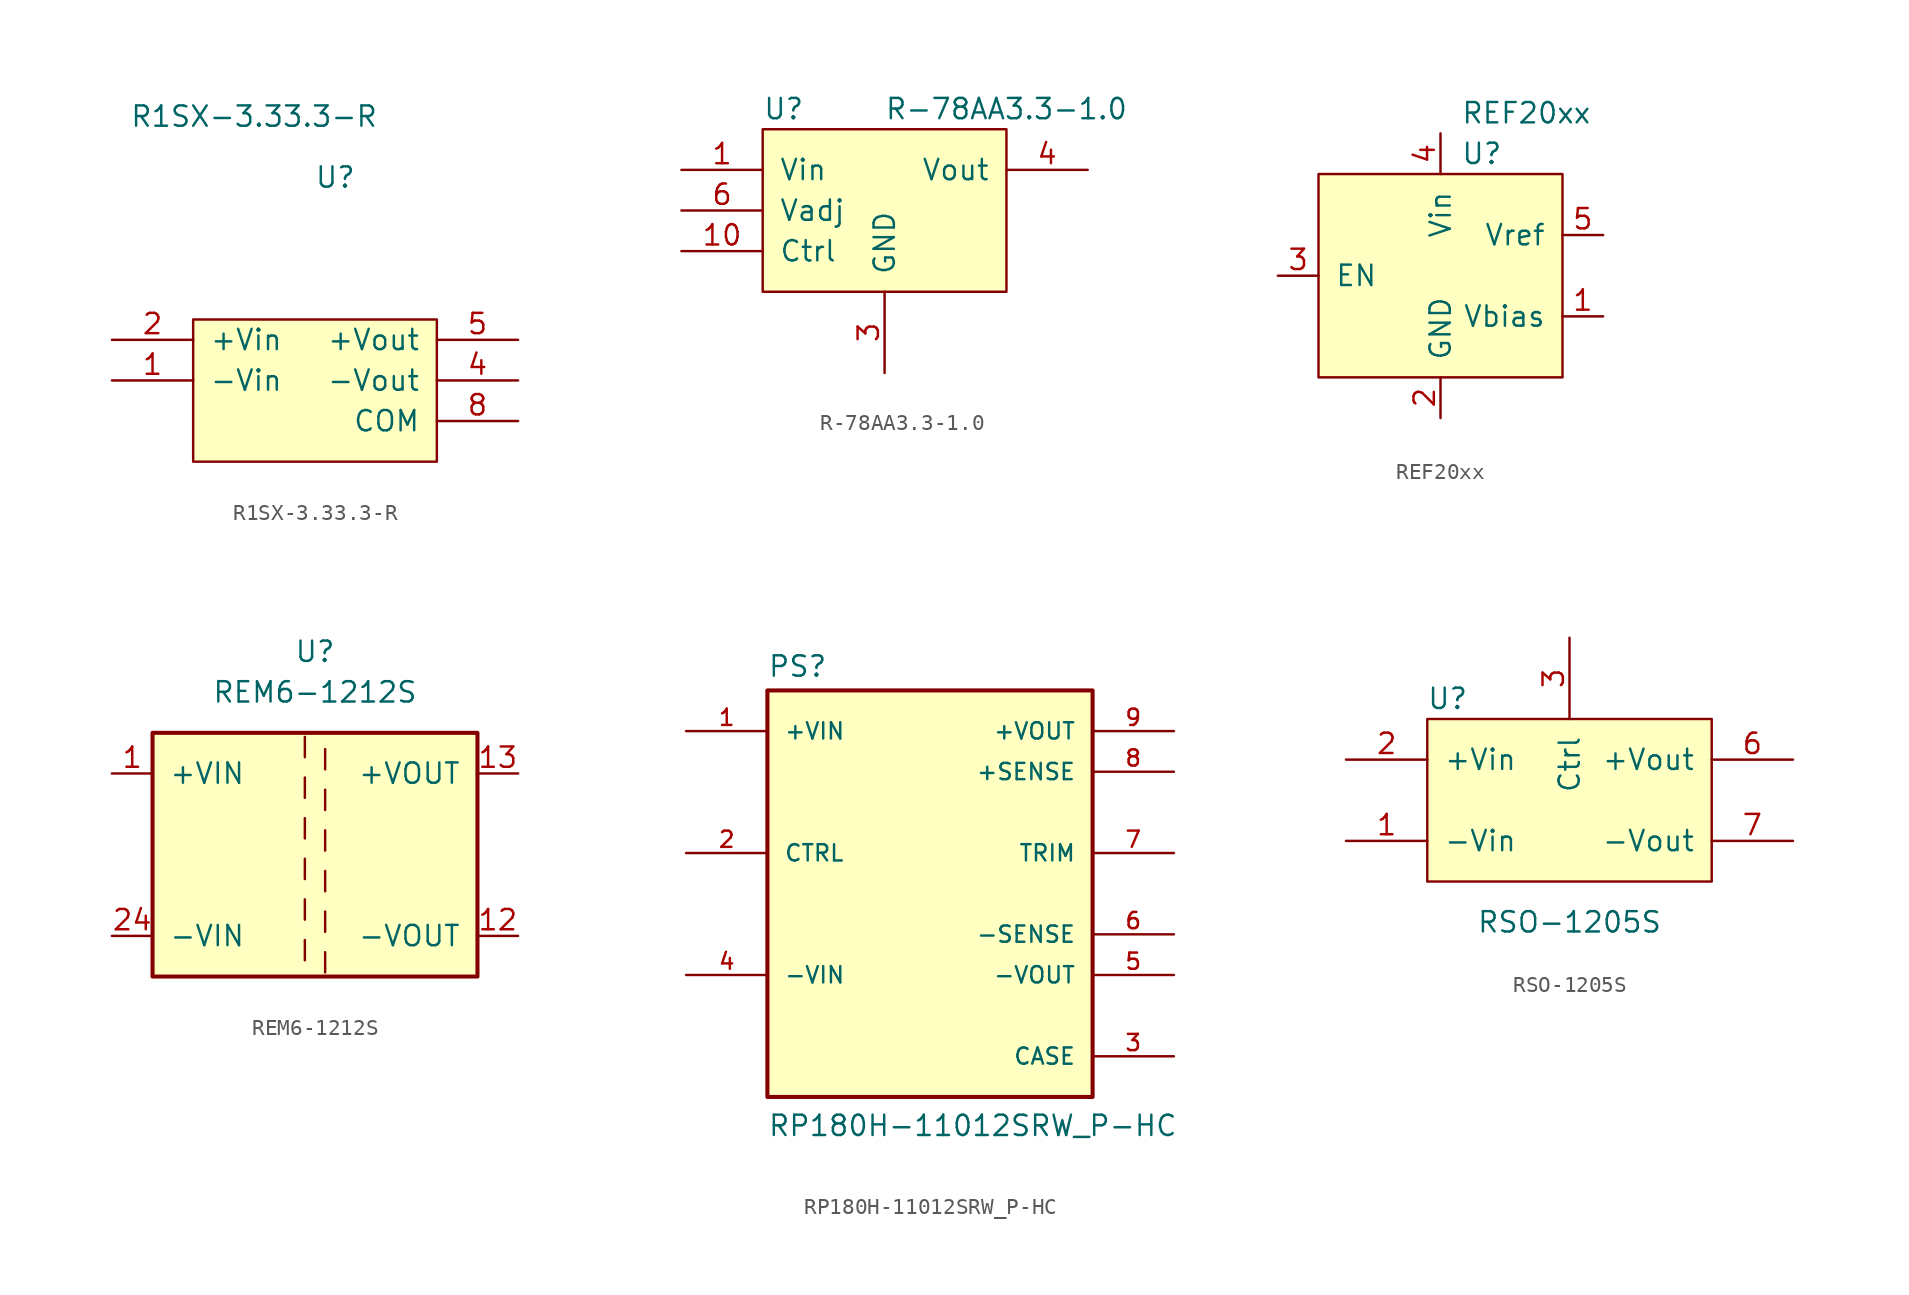
<source format=kicad_sym>
(kicad_symbol_lib
  (version 20211014)
  (generator kicad_symbol_editor)
  (symbol "R1SX-3.33.3-R"
    (pin_names
      (offset 1.016))
    (property "Reference" "U"
      (at 0 15.24 0)
      (effects (font (size 1.27 1.27))))
    (property "Value" "R1SX-3.33.3-R"
      (at -5.08 19.05 0)
      (effects (font (size 1.27 1.27))))
    (symbol "R1SX-3.33.3-R_0_1"
      (rectangle (start -8.89 -2.54) (end 6.35 6.35) (stroke (width 0) (type default) (color 0 0 0 0)) (fill (type background))))
    (symbol "R1SX-3.33.3-R_1_1"
      (pin input line (at -13.97 2.54 0) (length 5.08) (name "-Vin" (effects (font (size 1.27 1.27)))) (number "1" (effects (font (size 1.27 1.27)))))
      (pin input line (at -13.97 5.08 0) (length 5.08) (name "+Vin" (effects (font (size 1.27 1.27)))) (number "2" (effects (font (size 1.27 1.27)))))
      (pin input line (at 11.43 2.54 180) (length 5.08) (name "-Vout" (effects (font (size 1.27 1.27)))) (number "4" (effects (font (size 1.27 1.27)))))
      (pin input line (at 11.43 5.08 180) (length 5.08) (name "+Vout" (effects (font (size 1.27 1.27)))) (number "5" (effects (font (size 1.27 1.27)))))
      (pin input line (at 11.43 0 180) (length 5.08) (name "COM" (effects (font (size 1.27 1.27)))) (number "8" (effects (font (size 1.27 1.27)))))))
  (symbol "R-78AA3.3-1.0"
    (pin_names
      (offset 1.016))
    (property "Reference" "U"
      (at -7.62 6.35 0)
      (effects (font (size 1.27 1.27)) (justify left)))
    (property "Value" "R-78AA3.3-1.0"
      (at 7.62 6.35 0)
      (effects (font (size 1.27 1.27))))
    (symbol "R-78AA3.3-1.0_0_1"
      (rectangle (start -7.62 5.08) (end 7.62 -5.08) (stroke (width 0) (type default) (color 0 0 0 0)) (fill (type background))))
    (symbol "R-78AA3.3-1.0_1_1"
      (pin power_in line (at -12.7 2.54 0) (length 5.08) (name "Vin" (effects (font (size 1.27 1.27)))) (number "1" (effects (font (size 1.27 1.27)))))
      (pin input line (at -12.7 -2.54 0) (length 5.08) (name "Ctrl" (effects (font (size 1.27 1.27)))) (number "10" (effects (font (size 1.27 1.27)))))
      (pin passive line (at -12.7 2.54 0) (length 5.08) hide (name "Vin" (effects (font (size 1.27 1.27)))) (number "2" (effects (font (size 1.27 1.27)))))
      (pin power_in line (at 0 -10.16 90) (length 5.08) (name "GND" (effects (font (size 1.27 1.27)))) (number "3" (effects (font (size 1.27 1.27)))))
      (pin power_out line (at 12.7 2.54 180) (length 5.08) (name "Vout" (effects (font (size 1.27 1.27)))) (number "4" (effects (font (size 1.27 1.27)))))
      (pin passive line (at 12.7 2.54 180) (length 5.08) hide (name "Vout" (effects (font (size 1.27 1.27)))) (number "5" (effects (font (size 1.27 1.27)))))
      (pin input line (at -12.7 0 0) (length 5.08) (name "Vadj" (effects (font (size 1.27 1.27)))) (number "6" (effects (font (size 1.27 1.27)))))
      (pin passive line (at 0 -10.16 90) (length 5.08) hide (name "GND" (effects (font (size 1.27 1.27)))) (number "7" (effects (font (size 1.27 1.27)))))
      (pin passive line (at 0 -10.16 90) (length 5.08) hide (name "GND" (effects (font (size 1.27 1.27)))) (number "8" (effects (font (size 1.27 1.27)))))
      (pin passive line (at 0 -10.16 90) (length 5.08) hide (name "GND" (effects (font (size 1.27 1.27)))) (number "9" (effects (font (size 1.27 1.27)))))))
  (symbol "REF20xx"
    (pin_names
      (offset 1.016))
    (property "Reference" "U"
      (at 1.27 7.62 0)
      (effects (font (size 1.27 1.27)) (justify left)))
    (property "Value" "REF20xx"
      (at 1.27 10.16 0)
      (effects (font (size 1.27 1.27)) (justify left)))
    (symbol "REF20xx_0_1"
      (rectangle (start -7.62 6.35) (end 7.62 -6.35) (stroke (width 0) (type default) (color 0 0 0 0)) (fill (type background))))
    (symbol "REF20xx_1_1"
      (pin output line (at 10.16 -2.54 180) (length 2.54) (name "Vbias" (effects (font (size 1.27 1.27)))) (number "1" (effects (font (size 1.27 1.27)))))
      (pin power_out line (at 0 -8.89 90) (length 2.54) (name "GND" (effects (font (size 1.27 1.27)))) (number "2" (effects (font (size 1.27 1.27)))))
      (pin input line (at -10.16 0 0) (length 2.54) (name "EN" (effects (font (size 1.27 1.27)))) (number "3" (effects (font (size 1.27 1.27)))))
      (pin power_in line (at 0 8.89 270) (length 2.54) (name "Vin" (effects (font (size 1.27 1.27)))) (number "4" (effects (font (size 1.27 1.27)))))
      (pin output line (at 10.16 2.54 180) (length 2.54) (name "Vref" (effects (font (size 1.27 1.27)))) (number "5" (effects (font (size 1.27 1.27)))))))
  (symbol "REM6-1212S"
    (pin_names
      (offset 1.016))
    (property "Reference" "U"
      (at 0 12.7 0)
      (effects (font (size 1.27 1.27))))
    (property "Value" "REM6-1212S"
      (at 0 10.16 0)
      (effects (font (size 1.27 1.27))))
    (symbol "REM6-1212S_0_0"
      (pin power_in line (at -12.7 -5.08 0) (length 2.54) (name "-VIN" (effects (font (size 1.27 1.27)))) (number "24" (effects (font (size 1.27 1.27))))))
    (symbol "REM6-1212S_1_1"
      (rectangle (start -10.16 7.62) (end 10.16 -7.62) (stroke (width 0.254) (type default) (color 0 0 0 0)) (fill (type background)))
      (polyline (pts (xy -0.635 -5.334) (xy -0.635 -6.604)) (stroke (width 0) (type default) (color 0 0 0 0)) (fill (type none)))
      (polyline (pts (xy -0.635 -2.794) (xy -0.635 -4.064)) (stroke (width 0) (type default) (color 0 0 0 0)) (fill (type none)))
      (polyline (pts (xy -0.635 -0.254) (xy -0.635 -1.524)) (stroke (width 0) (type default) (color 0 0 0 0)) (fill (type none)))
      (polyline (pts (xy -0.635 2.286) (xy -0.635 1.016)) (stroke (width 0) (type default) (color 0 0 0 0)) (fill (type none)))
      (polyline (pts (xy -0.635 4.826) (xy -0.635 3.556)) (stroke (width 0) (type default) (color 0 0 0 0)) (fill (type none)))
      (polyline (pts (xy -0.635 7.366) (xy -0.635 6.096)) (stroke (width 0) (type default) (color 0 0 0 0)) (fill (type none)))
      (polyline (pts (xy 0.635 -7.366) (xy 0.635 -6.096)) (stroke (width 0) (type default) (color 0 0 0 0)) (fill (type none)))
      (polyline (pts (xy 0.635 -4.826) (xy 0.635 -3.556)) (stroke (width 0) (type default) (color 0 0 0 0)) (fill (type none)))
      (polyline (pts (xy 0.635 -2.286) (xy 0.635 -1.016)) (stroke (width 0) (type default) (color 0 0 0 0)) (fill (type none)))
      (polyline (pts (xy 0.635 0.254) (xy 0.635 1.524)) (stroke (width 0) (type default) (color 0 0 0 0)) (fill (type none)))
      (polyline (pts (xy 0.635 2.794) (xy 0.635 4.064)) (stroke (width 0) (type default) (color 0 0 0 0)) (fill (type none)))
      (polyline (pts (xy 0.635 5.334) (xy 0.635 6.604)) (stroke (width 0) (type default) (color 0 0 0 0)) (fill (type none)))
      (pin power_in line (at -12.7 5.08 0) (length 2.54) (name "+VIN" (effects (font (size 1.27 1.27)))) (number "1" (effects (font (size 1.27 1.27)))))
      (pin power_out line (at 12.7 -5.08 180) (length 2.54) (name "-VOUT" (effects (font (size 1.27 1.27)))) (number "12" (effects (font (size 1.27 1.27)))))
      (pin power_out line (at 12.7 5.08 180) (length 2.54) (name "+VOUT" (effects (font (size 1.27 1.27)))) (number "13" (effects (font (size 1.27 1.27)))))
      (pin passive line (at -12.7 -5.08 0) (length 2.54) hide (name "-VIN" (effects (font (size 1.27 1.27)))) (number "23" (effects (font (size 1.27 1.27)))))))
  (symbol "RP180H-11012SRW_P-HC"
    (pin_names
      (offset 1.016))
    (property "Reference" "PS"
      (at -10.16 13.462 0)
      (effects (font (size 1.27 1.27)) (justify left bottom)))
    (property "Value" "RP180H-11012SRW_P-HC"
      (at -10.16 -15.24 0)
      (effects (font (size 1.27 1.27)) (justify left bottom)))
    (symbol "RP180H-11012SRW_P-HC_0_0"
      (rectangle (start -10.16 -12.7) (end 10.16 12.7) (stroke (width 0.254) (type default) (color 0 0 0 0)) (fill (type background)))
      (pin input line (at -15.24 10.16 0) (length 5.08) (name "+VIN" (effects (font (size 1.016 1.016)))) (number "1" (effects (font (size 1.016 1.016)))))
      (pin input line (at -15.24 2.54 0) (length 5.08) (name "CTRL" (effects (font (size 1.016 1.016)))) (number "2" (effects (font (size 1.016 1.016)))))
      (pin passive line (at 15.24 -10.16 180) (length 5.08) (name "CASE" (effects (font (size 1.016 1.016)))) (number "3" (effects (font (size 1.016 1.016)))))
      (pin input line (at -15.24 -5.08 0) (length 5.08) (name "-VIN" (effects (font (size 1.016 1.016)))) (number "4" (effects (font (size 1.016 1.016)))))
      (pin output line (at 15.24 -5.08 180) (length 5.08) (name "-VOUT" (effects (font (size 1.016 1.016)))) (number "5" (effects (font (size 1.016 1.016)))))
      (pin input line (at 15.24 -2.54 180) (length 5.08) (name "-SENSE" (effects (font (size 1.016 1.016)))) (number "6" (effects (font (size 1.016 1.016)))))
      (pin input line (at 15.24 2.54 180) (length 5.08) (name "TRIM" (effects (font (size 1.016 1.016)))) (number "7" (effects (font (size 1.016 1.016)))))
      (pin input line (at 15.24 7.62 180) (length 5.08) (name "+SENSE" (effects (font (size 1.016 1.016)))) (number "8" (effects (font (size 1.016 1.016)))))
      (pin output line (at 15.24 10.16 180) (length 5.08) (name "+VOUT" (effects (font (size 1.016 1.016)))) (number "9" (effects (font (size 1.016 1.016)))))))
  (symbol "RSO-1205S"
    (pin_names
      (offset 1.016))
    (property "Reference" "U"
      (at -7.62 1.27 0)
      (effects (font (size 1.27 1.27))))
    (property "Value" "RSO-1205S"
      (at 0 -12.7 0)
      (effects (font (size 1.27 1.27))))
    (symbol "RSO-1205S_0_1"
      (rectangle (start -8.89 -10.16) (end 8.89 0) (stroke (width 0) (type default) (color 0 0 0 0)) (fill (type background))))
    (symbol "RSO-1205S_1_1"
      (pin power_in line (at -13.97 -7.62 0) (length 5.08) (name "-Vin" (effects (font (size 1.27 1.27)))) (number "1" (effects (font (size 1.27 1.27)))))
      (pin power_in line (at -13.97 -2.54 0) (length 5.08) (name "+Vin" (effects (font (size 1.27 1.27)))) (number "2" (effects (font (size 1.27 1.27)))))
      (pin input line (at 0 5.08 270) (length 5.08) (name "Ctrl" (effects (font (size 1.27 1.27)))) (number "3" (effects (font (size 1.27 1.27)))))
      (pin no_connect line (at 13.97 -5.08 180) (length 5.08) hide (name "NC" (effects (font (size 1.27 1.27)))) (number "5" (effects (font (size 1.27 1.27)))))
      (pin power_out line (at 13.97 -2.54 180) (length 5.08) (name "+Vout" (effects (font (size 1.27 1.27)))) (number "6" (effects (font (size 1.27 1.27)))))
      (pin power_out line (at 13.97 -7.62 180) (length 5.08) (name "-Vout" (effects (font (size 1.27 1.27)))) (number "7" (effects (font (size 1.27 1.27)))))
      (pin no_connect line (at -13.97 -5.08 0) (length 5.08) hide (name "NC" (effects (font (size 1.27 1.27)))) (number "8" (effects (font (size 1.27 1.27))))))))
</source>
